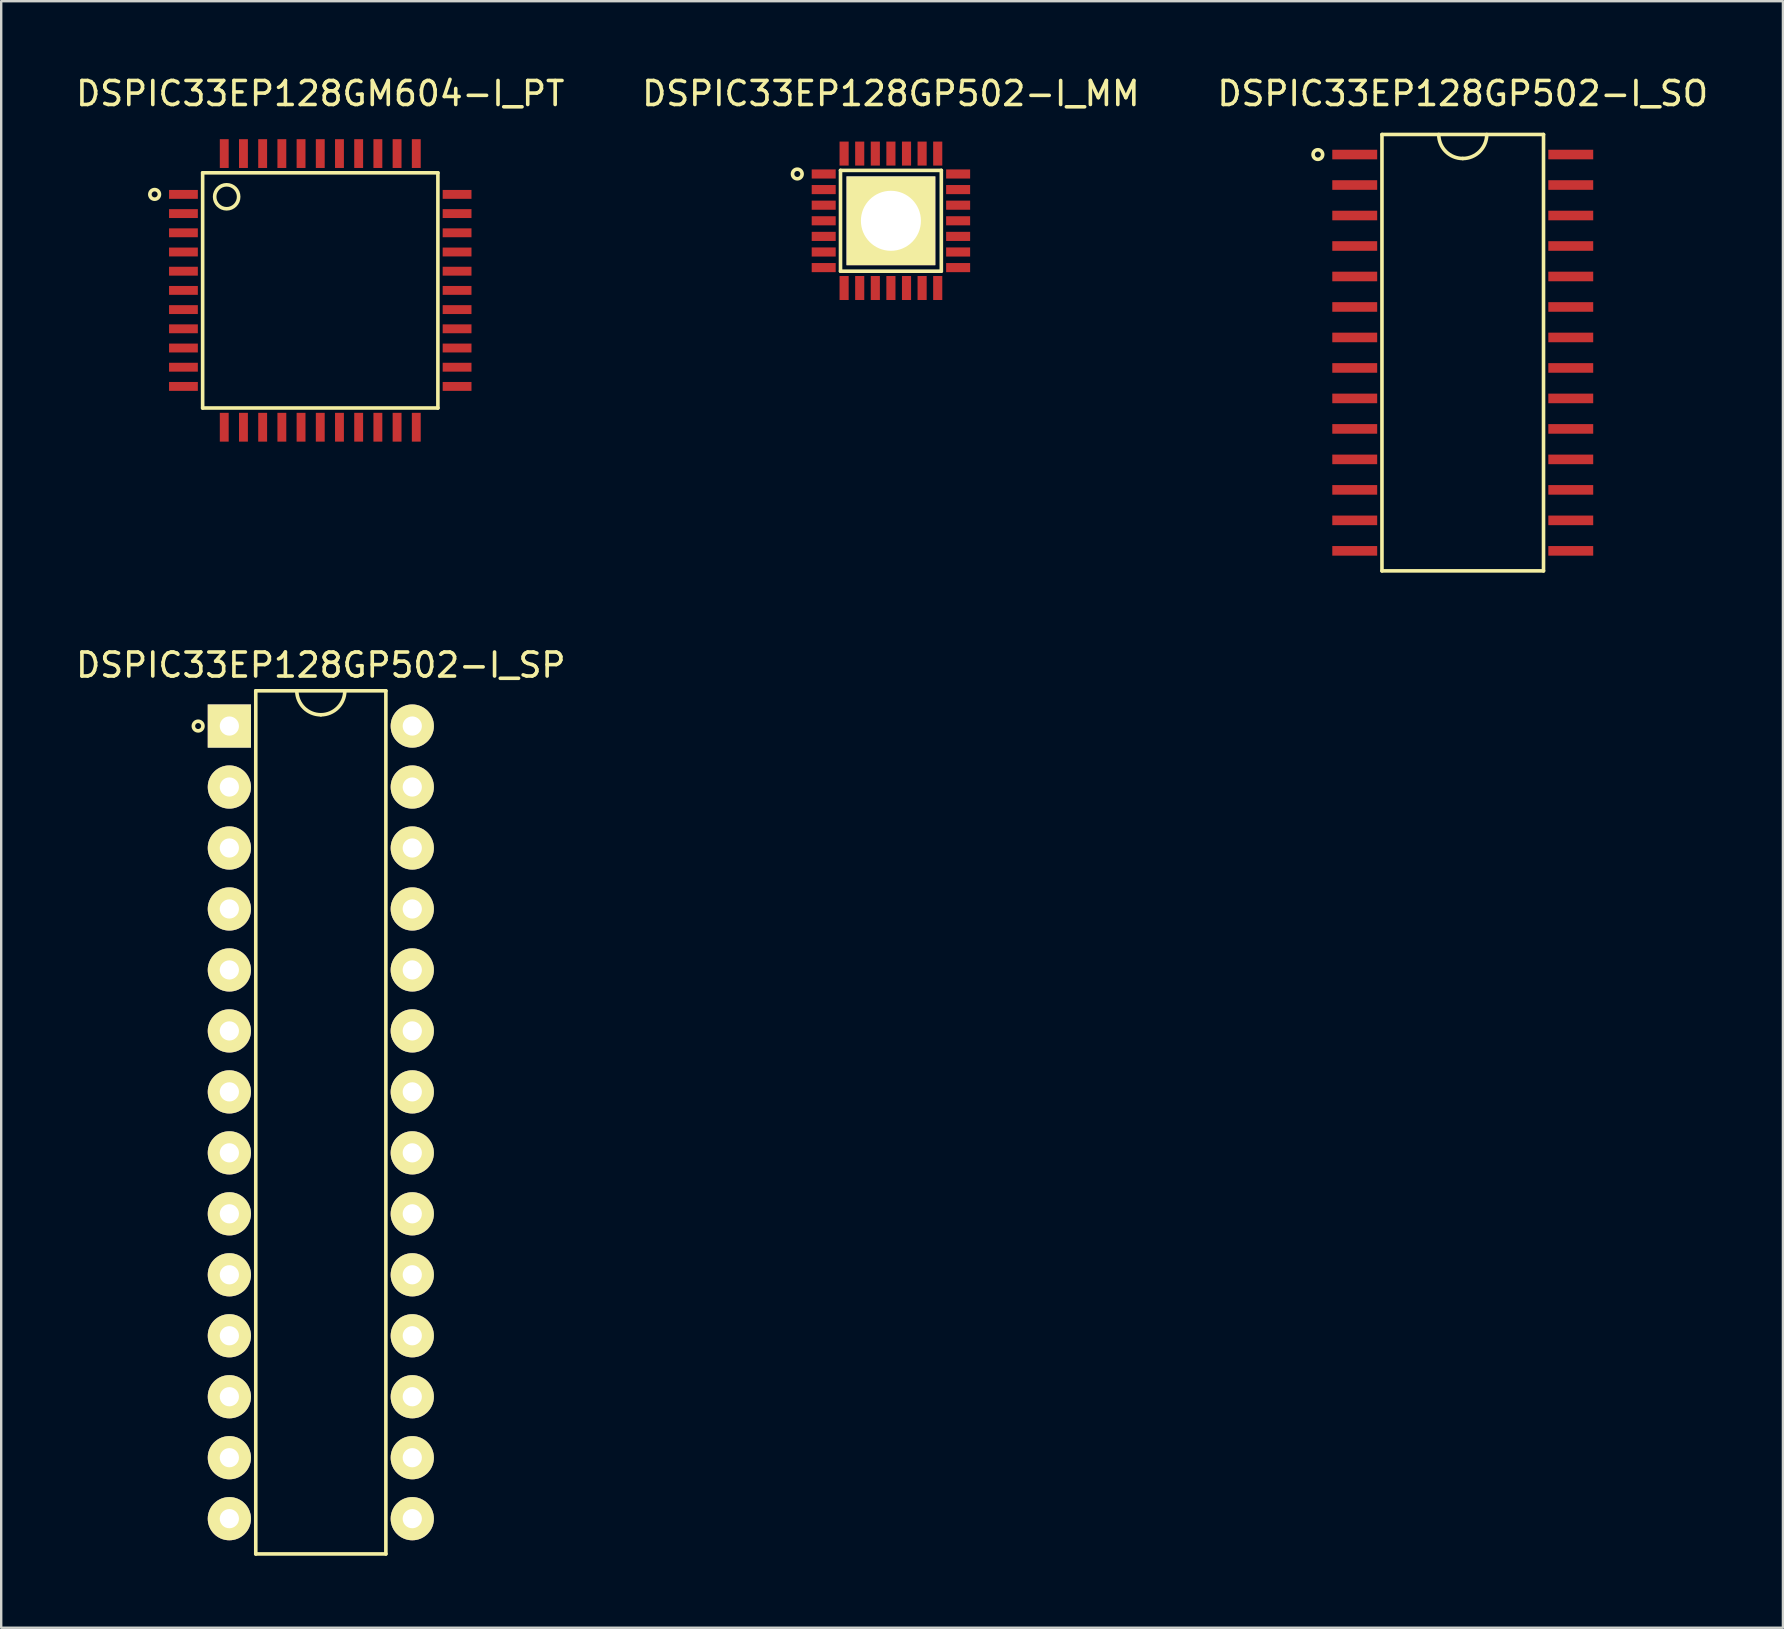
<source format=kicad_pcb>
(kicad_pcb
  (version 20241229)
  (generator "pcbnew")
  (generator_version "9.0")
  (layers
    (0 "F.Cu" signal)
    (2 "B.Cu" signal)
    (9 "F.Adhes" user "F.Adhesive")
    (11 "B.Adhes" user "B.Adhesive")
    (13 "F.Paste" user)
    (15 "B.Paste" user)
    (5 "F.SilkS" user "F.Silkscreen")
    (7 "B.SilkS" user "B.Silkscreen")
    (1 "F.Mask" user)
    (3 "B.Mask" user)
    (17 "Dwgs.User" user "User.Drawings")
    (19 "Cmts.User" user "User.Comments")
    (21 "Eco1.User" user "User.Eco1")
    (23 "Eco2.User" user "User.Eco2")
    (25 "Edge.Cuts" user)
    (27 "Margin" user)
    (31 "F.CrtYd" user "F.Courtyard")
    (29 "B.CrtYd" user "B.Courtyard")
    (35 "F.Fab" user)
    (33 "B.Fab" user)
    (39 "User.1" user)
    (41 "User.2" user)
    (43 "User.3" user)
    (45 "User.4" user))
  (footprint "DSPIC33EP128GM604-I_PT"
    (layer "F.Cu")
    (at 4.592 3.348)
    (property "Reference" "DSPIC33EP128GM604-I_PT" (at 5.7 -2.5 0) (layer "F.SilkS") (effects (font (size 1 1) (thickness 0.15))))
    (attr through_hole)
    (fp_line (start 0.8 0.8) (end 0.8 10.6) (stroke (width 0.15) (type solid)) (layer "F.SilkS"))
    (fp_line (start 0.8 0.8) (end 10.6 0.8) (stroke (width 0.15) (type solid)) (layer "F.SilkS"))
    (fp_line (start 0.8 10.6) (end 10.6 10.6) (stroke (width 0.15) (type solid)) (layer "F.SilkS"))
    (fp_line (start 10.6 10.6) (end 10.6 0.8) (stroke (width 0.15) (type solid)) (layer "F.SilkS"))
    (fp_circle (center -1.2 1.7) (end -1.2 1.5) (stroke (width 0.15) (type solid)) (fill no) (layer "F.SilkS"))
    (fp_circle (center 1.8 1.8) (end 1.8 1.3) (stroke (width 0.15) (type solid)) (fill no) (layer "F.SilkS"))
    (pad "1" smd rect (at 0 1.7) (size 1.2 0.37) (layers "F.Cu" "F.Mask" "F.Paste"))
    (pad "2" smd rect (at 0 2.5) (size 1.2 0.37) (layers "F.Cu" "F.Mask" "F.Paste"))
    (pad "3" smd rect (at 0 3.3) (size 1.2 0.37) (layers "F.Cu" "F.Mask" "F.Paste"))
    (pad "4" smd rect (at 0 4.1) (size 1.2 0.37) (layers "F.Cu" "F.Mask" "F.Paste"))
    (pad "5" smd rect (at 0 4.9) (size 1.2 0.37) (layers "F.Cu" "F.Mask" "F.Paste"))
    (pad "6" smd rect (at 0 5.7) (size 1.2 0.37) (layers "F.Cu" "F.Mask" "F.Paste"))
    (pad "7" smd rect (at 0 6.5) (size 1.2 0.37) (layers "F.Cu" "F.Mask" "F.Paste"))
    (pad "8" smd rect (at 0 7.3) (size 1.2 0.37) (layers "F.Cu" "F.Mask" "F.Paste"))
    (pad "9" smd rect (at 0 8.1) (size 1.2 0.37) (layers "F.Cu" "F.Mask" "F.Paste"))
    (pad "10" smd rect (at 0 8.9) (size 1.2 0.37) (layers "F.Cu" "F.Mask" "F.Paste"))
    (pad "11" smd rect (at 0 9.7) (size 1.2 0.37) (layers "F.Cu" "F.Mask" "F.Paste"))
    (pad "12" smd rect (at 1.7 11.4) (size 0.37 1.2) (layers "F.Cu" "F.Mask" "F.Paste"))
    (pad "13" smd rect (at 2.5 11.4) (size 0.37 1.2) (layers "F.Cu" "F.Mask" "F.Paste"))
    (pad "14" smd rect (at 3.3 11.4) (size 0.37 1.2) (layers "F.Cu" "F.Mask" "F.Paste"))
    (pad "15" smd rect (at 4.1 11.4) (size 0.37 1.2) (layers "F.Cu" "F.Mask" "F.Paste"))
    (pad "16" smd rect (at 4.9 11.4) (size 0.37 1.2) (layers "F.Cu" "F.Mask" "F.Paste"))
    (pad "17" smd rect (at 5.7 11.4) (size 0.37 1.2) (layers "F.Cu" "F.Mask" "F.Paste"))
    (pad "18" smd rect (at 6.5 11.4) (size 0.37 1.2) (layers "F.Cu" "F.Mask" "F.Paste"))
    (pad "19" smd rect (at 7.3 11.4) (size 0.37 1.2) (layers "F.Cu" "F.Mask" "F.Paste"))
    (pad "20" smd rect (at 8.1 11.4) (size 0.37 1.2) (layers "F.Cu" "F.Mask" "F.Paste"))
    (pad "21" smd rect (at 8.9 11.4) (size 0.37 1.2) (layers "F.Cu" "F.Mask" "F.Paste"))
    (pad "22" smd rect (at 9.7 11.4) (size 0.37 1.2) (layers "F.Cu" "F.Mask" "F.Paste"))
    (pad "23" smd rect (at 11.4 9.7) (size 1.2 0.37) (layers "F.Cu" "F.Mask" "F.Paste"))
    (pad "24" smd rect (at 11.4 8.9) (size 1.2 0.37) (layers "F.Cu" "F.Mask" "F.Paste"))
    (pad "25" smd rect (at 11.4 8.1) (size 1.2 0.37) (layers "F.Cu" "F.Mask" "F.Paste"))
    (pad "26" smd rect (at 11.4 7.3) (size 1.2 0.37) (layers "F.Cu" "F.Mask" "F.Paste"))
    (pad "27" smd rect (at 11.4 6.5) (size 1.2 0.37) (layers "F.Cu" "F.Mask" "F.Paste"))
    (pad "28" smd rect (at 11.4 5.7) (size 1.2 0.37) (layers "F.Cu" "F.Mask" "F.Paste"))
    (pad "29" smd rect (at 11.4 4.9) (size 1.2 0.37) (layers "F.Cu" "F.Mask" "F.Paste"))
    (pad "30" smd rect (at 11.4 4.1) (size 1.2 0.37) (layers "F.Cu" "F.Mask" "F.Paste"))
    (pad "31" smd rect (at 11.4 3.3) (size 1.2 0.37) (layers "F.Cu" "F.Mask" "F.Paste"))
    (pad "32" smd rect (at 11.4 2.5) (size 1.2 0.37) (layers "F.Cu" "F.Mask" "F.Paste"))
    (pad "33" smd rect (at 11.4 1.7) (size 1.2 0.37) (layers "F.Cu" "F.Mask" "F.Paste"))
    (pad "34" smd rect (at 9.7 0) (size 0.37 1.2) (layers "F.Cu" "F.Mask" "F.Paste"))
    (pad "35" smd rect (at 8.9 0) (size 0.37 1.2) (layers "F.Cu" "F.Mask" "F.Paste"))
    (pad "36" smd rect (at 8.1 0) (size 0.37 1.2) (layers "F.Cu" "F.Mask" "F.Paste"))
    (pad "37" smd rect (at 7.3 0) (size 0.37 1.2) (layers "F.Cu" "F.Mask" "F.Paste"))
    (pad "38" smd rect (at 6.5 0) (size 0.37 1.2) (layers "F.Cu" "F.Mask" "F.Paste"))
    (pad "39" smd rect (at 5.7 0) (size 0.37 1.2) (layers "F.Cu" "F.Mask" "F.Paste"))
    (pad "40" smd rect (at 4.9 0) (size 0.37 1.2) (layers "F.Cu" "F.Mask" "F.Paste"))
    (pad "41" smd rect (at 4.1 0) (size 0.37 1.2) (layers "F.Cu" "F.Mask" "F.Paste"))
    (pad "42" smd rect (at 3.3 0) (size 0.37 1.2) (layers "F.Cu" "F.Mask" "F.Paste"))
    (pad "43" smd rect (at 2.5 0) (size 0.37 1.2) (layers "F.Cu" "F.Mask" "F.Paste"))
    (pad "44" smd rect (at 1.7 0) (size 0.37 1.2) (layers "F.Cu" "F.Mask" "F.Paste")))
  (footprint "DSPIC33EP128GP502-I_MM"
    (layer "F.Cu")
    (at 31.265 3.348)
    (property "Reference" "DSPIC33EP128GP502-I_MM" (at 2.8 -2.5 0) (layer "F.SilkS") (effects (font (size 1 1) (thickness 0.15))))
    (attr through_hole)
    (fp_line (start 0.7 0.7) (end 0.7 4.9) (stroke (width 0.15) (type solid)) (layer "F.SilkS"))
    (fp_line (start 0.7 0.7) (end 4.9 0.7) (stroke (width 0.15) (type solid)) (layer "F.SilkS"))
    (fp_line (start 0.7 4.9) (end 4.9 4.9) (stroke (width 0.15) (type solid)) (layer "F.SilkS"))
    (fp_line (start 4.9 4.9) (end 4.9 0.7) (stroke (width 0.15) (type solid)) (layer "F.SilkS"))
    (fp_circle (center -1.1 0.85) (end -1.1 0.65) (stroke (width 0.15) (type solid)) (fill no) (layer "F.SilkS"))
    (fp_circle (center 1.7 1.7) (end 1.7 1.2) (stroke (width 0.15) (type solid)) (fill no) (layer "F.SilkS"))
    (pad "1" smd rect (at 0 0.85) (size 1 0.38) (layers "F.Cu" "F.Mask" "F.Paste"))
    (pad "2" smd rect (at 0 1.5) (size 1 0.38) (layers "F.Cu" "F.Mask" "F.Paste"))
    (pad "3" smd rect (at 0 2.15) (size 1 0.38) (layers "F.Cu" "F.Mask" "F.Paste"))
    (pad "4" smd rect (at 0 2.8) (size 1 0.38) (layers "F.Cu" "F.Mask" "F.Paste"))
    (pad "5" smd rect (at 0 3.45) (size 1 0.38) (layers "F.Cu" "F.Mask" "F.Paste"))
    (pad "6" smd rect (at 0 4.1) (size 1 0.38) (layers "F.Cu" "F.Mask" "F.Paste"))
    (pad "7" smd rect (at 0 4.75) (size 1 0.38) (layers "F.Cu" "F.Mask" "F.Paste"))
    (pad "8" smd rect (at 0.85 5.6) (size 0.38 1) (layers "F.Cu" "F.Mask" "F.Paste"))
    (pad "9" smd rect (at 1.5 5.6) (size 0.38 1) (layers "F.Cu" "F.Mask" "F.Paste"))
    (pad "10" smd rect (at 2.15 5.6) (size 0.38 1) (layers "F.Cu" "F.Mask" "F.Paste"))
    (pad "11" smd rect (at 2.8 5.6) (size 0.38 1) (layers "F.Cu" "F.Mask" "F.Paste"))
    (pad "12" smd rect (at 3.45 5.6) (size 0.38 1) (layers "F.Cu" "F.Mask" "F.Paste"))
    (pad "13" smd rect (at 4.1 5.6) (size 0.38 1) (layers "F.Cu" "F.Mask" "F.Paste"))
    (pad "14" smd rect (at 4.75 5.6) (size 0.38 1) (layers "F.Cu" "F.Mask" "F.Paste"))
    (pad "15" smd rect (at 5.6 4.75) (size 1 0.38) (layers "F.Cu" "F.Mask" "F.Paste"))
    (pad "16" smd rect (at 5.6 4.1) (size 1 0.38) (layers "F.Cu" "F.Mask" "F.Paste"))
    (pad "17" smd rect (at 5.6 3.45) (size 1 0.38) (layers "F.Cu" "F.Mask" "F.Paste"))
    (pad "18" smd rect (at 5.6 2.8) (size 1 0.38) (layers "F.Cu" "F.Mask" "F.Paste"))
    (pad "19" smd rect (at 5.6 2.15) (size 1 0.38) (layers "F.Cu" "F.Mask" "F.Paste"))
    (pad "20" smd rect (at 5.6 1.5) (size 1 0.38) (layers "F.Cu" "F.Mask" "F.Paste"))
    (pad "21" smd rect (at 5.6 0.85) (size 1 0.38) (layers "F.Cu" "F.Mask" "F.Paste"))
    (pad "22" smd rect (at 4.75 0) (size 0.38 1) (layers "F.Cu" "F.Mask" "F.Paste"))
    (pad "23" smd rect (at 4.1 0) (size 0.38 1) (layers "F.Cu" "F.Mask" "F.Paste"))
    (pad "24" smd rect (at 3.45 0) (size 0.38 1) (layers "F.Cu" "F.Mask" "F.Paste"))
    (pad "25" smd rect (at 2.8 0) (size 0.38 1) (layers "F.Cu" "F.Mask" "F.Paste"))
    (pad "26" smd rect (at 2.15 0) (size 0.38 1) (layers "F.Cu" "F.Mask" "F.Paste"))
    (pad "27" smd rect (at 1.5 0) (size 0.38 1) (layers "F.Cu" "F.Mask" "F.Paste"))
    (pad "28" smd rect (at 0.85 0) (size 0.38 1) (layers "F.Cu" "F.Mask" "F.Paste"))
    (pad "999" thru_hole rect (at 2.8 2.8) (size 3.7 3.7) (drill 2.5) (layers "*.Cu" "*.Mask" "F.SilkS")))
  (footprint "DSPIC33EP128GP502-I_SP"
    (layer "F.Cu")
    (at 6.505 27.197)
    (property "Reference" "DSPIC33EP128GP502-I_SP" (at 3.81 -2.54 0) (layer "F.SilkS") (effects (font (size 1 1) (thickness 0.15))))
    (attr through_hole)
    (fp_line (start 1.1 -1.47) (end 6.52 -1.47) (stroke (width 0.15) (type solid)) (layer "F.SilkS"))
    (fp_line (start 1.1 34.49) (end 1.1 -1.47) (stroke (width 0.15) (type solid)) (layer "F.SilkS"))
    (fp_line (start 6.52 -1.47) (end 6.52 34.49) (stroke (width 0.15) (type solid)) (layer "F.SilkS"))
    (fp_line (start 6.52 34.49) (end 1.1 34.49) (stroke (width 0.15) (type solid)) (layer "F.SilkS"))
    (fp_arc (start 3.81 -0.47) (mid 3.102893 -0.762893) (end 2.81 -1.47) (stroke (width 0.15) (type solid)) (layer "F.SilkS"))
    (fp_arc (start 4.81 -1.47) (mid 4.517107 -0.762893) (end 3.81 -0.47) (stroke (width 0.15) (type solid)) (layer "F.SilkS"))
    (fp_circle (center -1.3 0) (end -1.3 0.2) (stroke (width 0.15) (type solid)) (fill no) (layer "F.SilkS"))
    (pad "1" thru_hole rect (at 0 0) (size 1.8 1.8) (drill 0.8) (layers "*.Cu" "*.Mask" "F.SilkS"))
    (pad "2" thru_hole circle (at 0 2.54) (size 1.8 1.8) (drill 0.8) (layers "*.Cu" "*.Mask" "F.SilkS"))
    (pad "3" thru_hole circle (at 0 5.08) (size 1.8 1.8) (drill 0.8) (layers "*.Cu" "*.Mask" "F.SilkS"))
    (pad "4" thru_hole circle (at 0 7.62) (size 1.8 1.8) (drill 0.8) (layers "*.Cu" "*.Mask" "F.SilkS"))
    (pad "5" thru_hole circle (at 0 10.16) (size 1.8 1.8) (drill 0.8) (layers "*.Cu" "*.Mask" "F.SilkS"))
    (pad "6" thru_hole circle (at 0 12.7) (size 1.8 1.8) (drill 0.8) (layers "*.Cu" "*.Mask" "F.SilkS"))
    (pad "7" thru_hole circle (at 0 15.24) (size 1.8 1.8) (drill 0.8) (layers "*.Cu" "*.Mask" "F.SilkS"))
    (pad "8" thru_hole circle (at 0 17.78) (size 1.8 1.8) (drill 0.8) (layers "*.Cu" "*.Mask" "F.SilkS"))
    (pad "9" thru_hole circle (at 0 20.32) (size 1.8 1.8) (drill 0.8) (layers "*.Cu" "*.Mask" "F.SilkS"))
    (pad "10" thru_hole circle (at 0 22.86) (size 1.8 1.8) (drill 0.8) (layers "*.Cu" "*.Mask" "F.SilkS"))
    (pad "11" thru_hole circle (at 0 25.4) (size 1.8 1.8) (drill 0.8) (layers "*.Cu" "*.Mask" "F.SilkS"))
    (pad "12" thru_hole circle (at 0 27.94) (size 1.8 1.8) (drill 0.8) (layers "*.Cu" "*.Mask" "F.SilkS"))
    (pad "13" thru_hole circle (at 0 30.48) (size 1.8 1.8) (drill 0.8) (layers "*.Cu" "*.Mask" "F.SilkS"))
    (pad "14" thru_hole circle (at 0 33.02) (size 1.8 1.8) (drill 0.8) (layers "*.Cu" "*.Mask" "F.SilkS"))
    (pad "15" thru_hole circle (at 7.62 33.02) (size 1.8 1.8) (drill 0.8) (layers "*.Cu" "*.Mask" "F.SilkS"))
    (pad "16" thru_hole circle (at 7.62 30.48) (size 1.8 1.8) (drill 0.8) (layers "*.Cu" "*.Mask" "F.SilkS"))
    (pad "17" thru_hole circle (at 7.62 27.94) (size 1.8 1.8) (drill 0.8) (layers "*.Cu" "*.Mask" "F.SilkS"))
    (pad "18" thru_hole circle (at 7.62 25.4) (size 1.8 1.8) (drill 0.8) (layers "*.Cu" "*.Mask" "F.SilkS"))
    (pad "19" thru_hole circle (at 7.62 22.86) (size 1.8 1.8) (drill 0.8) (layers "*.Cu" "*.Mask" "F.SilkS"))
    (pad "20" thru_hole circle (at 7.62 20.32) (size 1.8 1.8) (drill 0.8) (layers "*.Cu" "*.Mask" "F.SilkS"))
    (pad "21" thru_hole circle (at 7.62 17.78) (size 1.8 1.8) (drill 0.8) (layers "*.Cu" "*.Mask" "F.SilkS"))
    (pad "22" thru_hole circle (at 7.62 15.24) (size 1.8 1.8) (drill 0.8) (layers "*.Cu" "*.Mask" "F.SilkS"))
    (pad "23" thru_hole circle (at 7.62 12.7) (size 1.8 1.8) (drill 0.8) (layers "*.Cu" "*.Mask" "F.SilkS"))
    (pad "24" thru_hole circle (at 7.62 10.16) (size 1.8 1.8) (drill 0.8) (layers "*.Cu" "*.Mask" "F.SilkS"))
    (pad "25" thru_hole circle (at 7.62 7.62) (size 1.8 1.8) (drill 0.8) (layers "*.Cu" "*.Mask" "F.SilkS"))
    (pad "26" thru_hole circle (at 7.62 5.08) (size 1.8 1.8) (drill 0.8) (layers "*.Cu" "*.Mask" "F.SilkS"))
    (pad "27" thru_hole circle (at 7.62 2.54) (size 1.8 1.8) (drill 0.8) (layers "*.Cu" "*.Mask" "F.SilkS"))
    (pad "28" thru_hole circle (at 7.62 0) (size 1.8 1.8) (drill 0.8) (layers "*.Cu" "*.Mask" "F.SilkS")))
  (footprint "DSPIC33EP128GP502-I_SO"
    (layer "F.Cu")
    (at 53.387 3.388)
    (property "Reference" "DSPIC33EP128GP502-I_SO" (at 4.5 -2.54 0) (layer "F.SilkS") (effects (font (size 1 1) (thickness 0.15))))
    (attr through_hole)
    (fp_line (start 1.135 -0.835) (end 7.865 -0.835) (stroke (width 0.15) (type solid)) (layer "F.SilkS"))
    (fp_line (start 1.135 17.345) (end 1.135 -0.835) (stroke (width 0.15) (type solid)) (layer "F.SilkS"))
    (fp_line (start 7.865 -0.835) (end 7.865 17.345) (stroke (width 0.15) (type solid)) (layer "F.SilkS"))
    (fp_line (start 7.865 17.345) (end 1.135 17.345) (stroke (width 0.15) (type solid)) (layer "F.SilkS"))
    (fp_arc (start 4.5 0.165) (mid 3.792893 -0.127893) (end 3.5 -0.835) (stroke (width 0.15) (type solid)) (layer "F.SilkS"))
    (fp_arc (start 5.5 -0.835) (mid 5.207107 -0.127893) (end 4.5 0.165) (stroke (width 0.15) (type solid)) (layer "F.SilkS"))
    (fp_circle (center -1.535 0) (end -1.535 0.2) (stroke (width 0.15) (type solid)) (fill no) (layer "F.SilkS"))
    (pad "1" smd rect (at 0 0) (size 1.87 0.4) (layers "F.Cu" "F.Mask" "F.Paste"))
    (pad "2" smd rect (at 0 1.27) (size 1.87 0.4) (layers "F.Cu" "F.Mask" "F.Paste"))
    (pad "3" smd rect (at 0 2.54) (size 1.87 0.4) (layers "F.Cu" "F.Mask" "F.Paste"))
    (pad "4" smd rect (at 0 3.81) (size 1.87 0.4) (layers "F.Cu" "F.Mask" "F.Paste"))
    (pad "5" smd rect (at 0 5.08) (size 1.87 0.4) (layers "F.Cu" "F.Mask" "F.Paste"))
    (pad "6" smd rect (at 0 6.35) (size 1.87 0.4) (layers "F.Cu" "F.Mask" "F.Paste"))
    (pad "7" smd rect (at 0 7.62) (size 1.87 0.4) (layers "F.Cu" "F.Mask" "F.Paste"))
    (pad "8" smd rect (at 0 8.89) (size 1.87 0.4) (layers "F.Cu" "F.Mask" "F.Paste"))
    (pad "9" smd rect (at 0 10.16) (size 1.87 0.4) (layers "F.Cu" "F.Mask" "F.Paste"))
    (pad "10" smd rect (at 0 11.43) (size 1.87 0.4) (layers "F.Cu" "F.Mask" "F.Paste"))
    (pad "11" smd rect (at 0 12.7) (size 1.87 0.4) (layers "F.Cu" "F.Mask" "F.Paste"))
    (pad "12" smd rect (at 0 13.97) (size 1.87 0.4) (layers "F.Cu" "F.Mask" "F.Paste"))
    (pad "13" smd rect (at 0 15.24) (size 1.87 0.4) (layers "F.Cu" "F.Mask" "F.Paste"))
    (pad "14" smd rect (at 0 16.51) (size 1.87 0.4) (layers "F.Cu" "F.Mask" "F.Paste"))
    (pad "15" smd rect (at 9 16.51) (size 1.87 0.4) (layers "F.Cu" "F.Mask" "F.Paste"))
    (pad "16" smd rect (at 9 15.24) (size 1.87 0.4) (layers "F.Cu" "F.Mask" "F.Paste"))
    (pad "17" smd rect (at 9 13.97) (size 1.87 0.4) (layers "F.Cu" "F.Mask" "F.Paste"))
    (pad "18" smd rect (at 9 12.7) (size 1.87 0.4) (layers "F.Cu" "F.Mask" "F.Paste"))
    (pad "19" smd rect (at 9 11.43) (size 1.87 0.4) (layers "F.Cu" "F.Mask" "F.Paste"))
    (pad "20" smd rect (at 9 10.16) (size 1.87 0.4) (layers "F.Cu" "F.Mask" "F.Paste"))
    (pad "21" smd rect (at 9 8.89) (size 1.87 0.4) (layers "F.Cu" "F.Mask" "F.Paste"))
    (pad "22" smd rect (at 9 7.62) (size 1.87 0.4) (layers "F.Cu" "F.Mask" "F.Paste"))
    (pad "23" smd rect (at 9 6.35) (size 1.87 0.4) (layers "F.Cu" "F.Mask" "F.Paste"))
    (pad "24" smd rect (at 9 5.08) (size 1.87 0.4) (layers "F.Cu" "F.Mask" "F.Paste"))
    (pad "25" smd rect (at 9 3.81) (size 1.87 0.4) (layers "F.Cu" "F.Mask" "F.Paste"))
    (pad "26" smd rect (at 9 2.54) (size 1.87 0.4) (layers "F.Cu" "F.Mask" "F.Paste"))
    (pad "27" smd rect (at 9 1.27) (size 1.87 0.4) (layers "F.Cu" "F.Mask" "F.Paste"))
    (pad "28" smd rect (at 9 0) (size 1.87 0.4) (layers "F.Cu" "F.Mask" "F.Paste")))
  (gr_rect
    (start -3 -3)
    (end 71.226 64.761)
    (stroke (width 0.1) (type default))
    (fill no)
    (layer "Edge.Cuts")))
</source>
